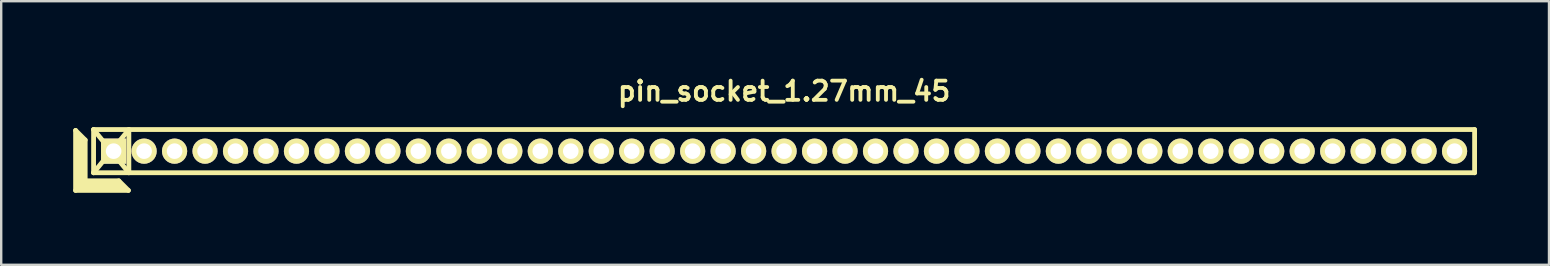
<source format=kicad_pcb>
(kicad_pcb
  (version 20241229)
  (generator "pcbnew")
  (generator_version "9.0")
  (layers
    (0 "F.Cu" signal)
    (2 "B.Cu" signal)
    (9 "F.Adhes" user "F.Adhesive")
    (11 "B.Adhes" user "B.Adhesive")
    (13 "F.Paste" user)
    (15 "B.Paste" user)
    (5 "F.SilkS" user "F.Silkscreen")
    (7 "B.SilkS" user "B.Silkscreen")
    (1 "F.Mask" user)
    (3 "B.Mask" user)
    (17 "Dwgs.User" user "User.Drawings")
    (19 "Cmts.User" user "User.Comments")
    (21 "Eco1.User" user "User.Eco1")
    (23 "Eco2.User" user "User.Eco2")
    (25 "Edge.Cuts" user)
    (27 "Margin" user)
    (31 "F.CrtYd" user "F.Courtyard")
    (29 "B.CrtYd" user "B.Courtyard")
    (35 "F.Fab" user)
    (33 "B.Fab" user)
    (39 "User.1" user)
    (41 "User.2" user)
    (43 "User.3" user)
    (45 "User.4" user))
  (footprint "pin_socket_1.27mm_45"
    (layer "F.Cu")
    (at 29.625 3.249)
    (property "Reference" "pin_socket_1.27mm_45" (at 0 -2.5 0) (layer "F.SilkS") (effects (font (size 0.8 0.8) (thickness 0.16))))
    (attr through_hole)
    (fp_line (start -29.525 -0.864) (end -29.525 1.636) (stroke (width 0.2) (type solid)) (layer "F.SilkS"))
    (fp_line (start -29.525 -0.864) (end -29.125 -0.464) (stroke (width 0.2) (type solid)) (layer "F.SilkS"))
    (fp_line (start -29.525 1.636) (end -27.325 1.636) (stroke (width 0.2) (type solid)) (layer "F.SilkS"))
    (fp_line (start -29.425 1.536) (end -29.425 -0.664) (stroke (width 0.2) (type solid)) (layer "F.SilkS"))
    (fp_line (start -29.425 1.536) (end -27.525 1.536) (stroke (width 0.2) (type solid)) (layer "F.SilkS"))
    (fp_line (start -29.325 1.436) (end -29.325 -0.564) (stroke (width 0.2) (type solid)) (layer "F.SilkS"))
    (fp_line (start -29.325 1.436) (end -27.625 1.436) (stroke (width 0.2) (type solid)) (layer "F.SilkS"))
    (fp_line (start -29.225 1.336) (end -29.225 -0.464) (stroke (width 0.2) (type solid)) (layer "F.SilkS"))
    (fp_line (start -29.225 1.336) (end -27.725 1.336) (stroke (width 0.2) (type solid)) (layer "F.SilkS"))
    (fp_line (start -29.125 1.236) (end -29.125 -0.464) (stroke (width 0.2) (type solid)) (layer "F.SilkS"))
    (fp_line (start -29.125 1.236) (end -27.725 1.236) (stroke (width 0.2) (type solid)) (layer "F.SilkS"))
    (fp_line (start -28.775 -0.9) (end -27.305 0.9) (stroke (width 0.2) (type solid)) (layer "F.SilkS"))
    (fp_line (start -28.775 -0.9) (end 28.775 -0.9) (stroke (width 0.2) (type solid)) (layer "F.SilkS"))
    (fp_line (start -28.775 0.9) (end -28.775 -0.9) (stroke (width 0.2) (type solid)) (layer "F.SilkS"))
    (fp_line (start -28.775 0.9) (end -27.305 -0.9) (stroke (width 0.2) (type solid)) (layer "F.SilkS"))
    (fp_line (start -27.725 1.236) (end -27.325 1.636) (stroke (width 0.2) (type solid)) (layer "F.SilkS"))
    (fp_line (start -27.305 -0.9) (end -27.305 0.9) (stroke (width 0.2) (type solid)) (layer "F.SilkS"))
    (fp_line (start 28.775 -0.9) (end 28.775 0.9) (stroke (width 0.2) (type solid)) (layer "F.SilkS"))
    (fp_line (start 28.775 0.9) (end -28.775 0.9) (stroke (width 0.2) (type solid)) (layer "F.SilkS"))
    (pad "1" thru_hole rect (at -27.94 0) (size 1.05 1.05) (drill 0.65) (layers "*.Cu" "*.Mask" "F.SilkS"))
    (pad "2" thru_hole oval (at -26.67 0) (size 1.05 1.05) (drill 0.65) (layers "*.Cu" "*.Mask" "F.SilkS"))
    (pad "3" thru_hole oval (at -25.4 0) (size 1.05 1.05) (drill 0.65) (layers "*.Cu" "*.Mask" "F.SilkS"))
    (pad "4" thru_hole oval (at -24.13 0) (size 1.05 1.05) (drill 0.65) (layers "*.Cu" "*.Mask" "F.SilkS"))
    (pad "5" thru_hole oval (at -22.86 0) (size 1.05 1.05) (drill 0.65) (layers "*.Cu" "*.Mask" "F.SilkS"))
    (pad "6" thru_hole oval (at -21.59 0) (size 1.05 1.05) (drill 0.65) (layers "*.Cu" "*.Mask" "F.SilkS"))
    (pad "7" thru_hole oval (at -20.32 0) (size 1.05 1.05) (drill 0.65) (layers "*.Cu" "*.Mask" "F.SilkS"))
    (pad "8" thru_hole oval (at -19.05 0) (size 1.05 1.05) (drill 0.65) (layers "*.Cu" "*.Mask" "F.SilkS"))
    (pad "9" thru_hole oval (at -17.78 0) (size 1.05 1.05) (drill 0.65) (layers "*.Cu" "*.Mask" "F.SilkS"))
    (pad "10" thru_hole oval (at -16.51 0) (size 1.05 1.05) (drill 0.65) (layers "*.Cu" "*.Mask" "F.SilkS"))
    (pad "11" thru_hole oval (at -15.24 0) (size 1.05 1.05) (drill 0.65) (layers "*.Cu" "*.Mask" "F.SilkS"))
    (pad "12" thru_hole oval (at -13.97 0) (size 1.05 1.05) (drill 0.65) (layers "*.Cu" "*.Mask" "F.SilkS"))
    (pad "13" thru_hole oval (at -12.7 0) (size 1.05 1.05) (drill 0.65) (layers "*.Cu" "*.Mask" "F.SilkS"))
    (pad "14" thru_hole oval (at -11.43 0) (size 1.05 1.05) (drill 0.65) (layers "*.Cu" "*.Mask" "F.SilkS"))
    (pad "15" thru_hole oval (at -10.16 0) (size 1.05 1.05) (drill 0.65) (layers "*.Cu" "*.Mask" "F.SilkS"))
    (pad "16" thru_hole oval (at -8.89 0) (size 1.05 1.05) (drill 0.65) (layers "*.Cu" "*.Mask" "F.SilkS"))
    (pad "17" thru_hole oval (at -7.62 0) (size 1.05 1.05) (drill 0.65) (layers "*.Cu" "*.Mask" "F.SilkS"))
    (pad "18" thru_hole oval (at -6.35 0) (size 1.05 1.05) (drill 0.65) (layers "*.Cu" "*.Mask" "F.SilkS"))
    (pad "19" thru_hole oval (at -5.08 0) (size 1.05 1.05) (drill 0.65) (layers "*.Cu" "*.Mask" "F.SilkS"))
    (pad "20" thru_hole oval (at -3.81 0) (size 1.05 1.05) (drill 0.65) (layers "*.Cu" "*.Mask" "F.SilkS"))
    (pad "21" thru_hole oval (at -2.54 0) (size 1.05 1.05) (drill 0.65) (layers "*.Cu" "*.Mask" "F.SilkS"))
    (pad "22" thru_hole oval (at -1.27 0) (size 1.05 1.05) (drill 0.65) (layers "*.Cu" "*.Mask" "F.SilkS"))
    (pad "23" thru_hole oval (at 0 0) (size 1.05 1.05) (drill 0.65) (layers "*.Cu" "*.Mask" "F.SilkS"))
    (pad "24" thru_hole oval (at 1.27 0) (size 1.05 1.05) (drill 0.65) (layers "*.Cu" "*.Mask" "F.SilkS"))
    (pad "25" thru_hole oval (at 2.54 0) (size 1.05 1.05) (drill 0.65) (layers "*.Cu" "*.Mask" "F.SilkS"))
    (pad "26" thru_hole oval (at 3.81 0) (size 1.05 1.05) (drill 0.65) (layers "*.Cu" "*.Mask" "F.SilkS"))
    (pad "27" thru_hole oval (at 5.08 0) (size 1.05 1.05) (drill 0.65) (layers "*.Cu" "*.Mask" "F.SilkS"))
    (pad "28" thru_hole oval (at 6.35 0) (size 1.05 1.05) (drill 0.65) (layers "*.Cu" "*.Mask" "F.SilkS"))
    (pad "29" thru_hole oval (at 7.62 0) (size 1.05 1.05) (drill 0.65) (layers "*.Cu" "*.Mask" "F.SilkS"))
    (pad "30" thru_hole oval (at 8.89 0) (size 1.05 1.05) (drill 0.65) (layers "*.Cu" "*.Mask" "F.SilkS"))
    (pad "31" thru_hole oval (at 10.16 0) (size 1.05 1.05) (drill 0.65) (layers "*.Cu" "*.Mask" "F.SilkS"))
    (pad "32" thru_hole oval (at 11.43 0) (size 1.05 1.05) (drill 0.65) (layers "*.Cu" "*.Mask" "F.SilkS"))
    (pad "33" thru_hole oval (at 12.7 0) (size 1.05 1.05) (drill 0.65) (layers "*.Cu" "*.Mask" "F.SilkS"))
    (pad "34" thru_hole oval (at 13.97 0) (size 1.05 1.05) (drill 0.65) (layers "*.Cu" "*.Mask" "F.SilkS"))
    (pad "35" thru_hole oval (at 15.24 0) (size 1.05 1.05) (drill 0.65) (layers "*.Cu" "*.Mask" "F.SilkS"))
    (pad "36" thru_hole oval (at 16.51 0) (size 1.05 1.05) (drill 0.65) (layers "*.Cu" "*.Mask" "F.SilkS"))
    (pad "37" thru_hole oval (at 17.78 0) (size 1.05 1.05) (drill 0.65) (layers "*.Cu" "*.Mask" "F.SilkS"))
    (pad "38" thru_hole oval (at 19.05 0) (size 1.05 1.05) (drill 0.65) (layers "*.Cu" "*.Mask" "F.SilkS"))
    (pad "39" thru_hole oval (at 20.32 0) (size 1.05 1.05) (drill 0.65) (layers "*.Cu" "*.Mask" "F.SilkS"))
    (pad "40" thru_hole oval (at 21.59 0) (size 1.05 1.05) (drill 0.65) (layers "*.Cu" "*.Mask" "F.SilkS"))
    (pad "41" thru_hole oval (at 22.86 0) (size 1.05 1.05) (drill 0.65) (layers "*.Cu" "*.Mask" "F.SilkS"))
    (pad "42" thru_hole oval (at 24.13 0) (size 1.05 1.05) (drill 0.65) (layers "*.Cu" "*.Mask" "F.SilkS"))
    (pad "43" thru_hole oval (at 25.4 0) (size 1.05 1.05) (drill 0.65) (layers "*.Cu" "*.Mask" "F.SilkS"))
    (pad "44" thru_hole oval (at 26.67 0) (size 1.05 1.05) (drill 0.65) (layers "*.Cu" "*.Mask" "F.SilkS"))
    (pad "45" thru_hole oval (at 27.94 0) (size 1.05 1.05) (drill 0.65) (layers "*.Cu" "*.Mask" "F.SilkS")))
  (gr_rect
    (start -3 -3)
    (end 61.5 7.985)
    (stroke (width 0.1) (type default))
    (fill no)
    (layer "Edge.Cuts")))
</source>
